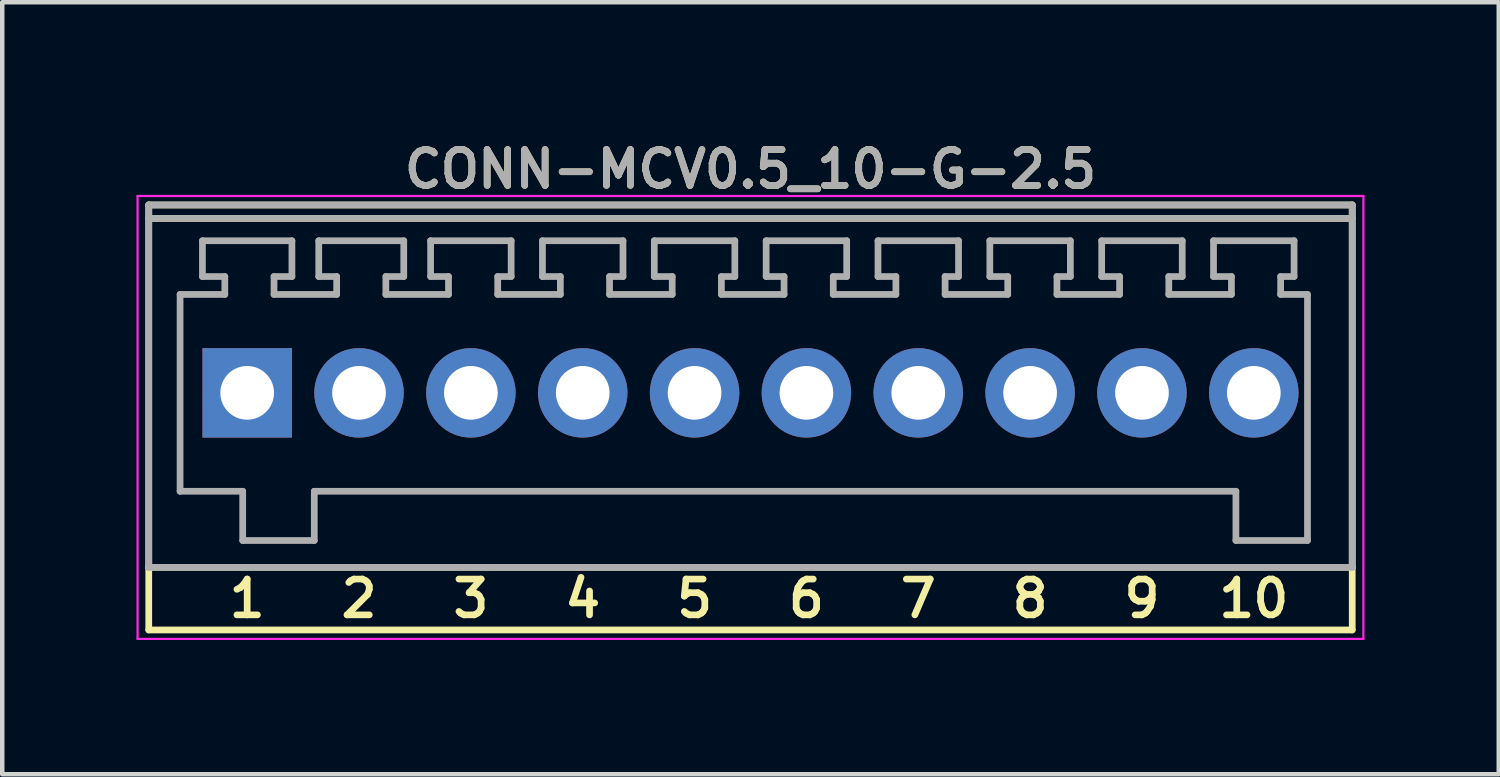
<source format=kicad_pcb>
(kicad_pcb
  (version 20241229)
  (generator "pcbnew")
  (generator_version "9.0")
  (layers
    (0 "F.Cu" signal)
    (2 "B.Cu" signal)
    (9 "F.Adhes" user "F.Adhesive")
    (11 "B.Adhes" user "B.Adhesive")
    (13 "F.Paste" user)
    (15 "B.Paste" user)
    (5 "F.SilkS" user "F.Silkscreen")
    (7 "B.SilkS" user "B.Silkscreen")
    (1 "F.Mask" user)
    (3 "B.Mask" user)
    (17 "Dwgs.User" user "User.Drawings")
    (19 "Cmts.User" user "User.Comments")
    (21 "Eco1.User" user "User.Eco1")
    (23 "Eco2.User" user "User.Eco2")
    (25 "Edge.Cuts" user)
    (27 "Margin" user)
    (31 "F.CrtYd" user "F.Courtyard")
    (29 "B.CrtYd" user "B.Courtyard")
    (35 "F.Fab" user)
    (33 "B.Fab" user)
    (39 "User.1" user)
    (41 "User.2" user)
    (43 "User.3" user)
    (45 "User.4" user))
  (footprint "CONN-MCV0.5_10-G-2.5"
    (layer "F.Cu")
    (at 13.725 5.731)
    (property "Reference" "CONN-MCV0.5_10-G-2.5" (at 0 -5 0) (layer "F.SilkS") (effects (font (size 0.8 0.8) (thickness 0.15))))
    (attr through_hole)
    (fp_line (start -13.45 -4.2) (end -13.45 3.9) (stroke (width 0.15) (type solid)) (layer "F.SilkS"))
    (fp_line (start -13.45 -3.9) (end 13.45 -3.9) (stroke (width 0.15) (type solid)) (layer "F.SilkS"))
    (fp_line (start -13.45 3.9) (end -13.45 5.3) (stroke (width 0.15) (type solid)) (layer "F.SilkS"))
    (fp_line (start -13.45 3.9) (end 13.45 3.9) (stroke (width 0.15) (type solid)) (layer "F.SilkS"))
    (fp_line (start -13.45 5.3) (end 13.45 5.3) (stroke (width 0.15) (type solid)) (layer "F.SilkS"))
    (fp_line (start 13.45 -4.2) (end -13.45 -4.2) (stroke (width 0.15) (type solid)) (layer "F.SilkS"))
    (fp_line (start 13.45 3.9) (end 13.45 -4.2) (stroke (width 0.15) (type solid)) (layer "F.SilkS"))
    (fp_line (start 13.45 5.3) (end 13.45 3.9) (stroke (width 0.15) (type solid)) (layer "F.SilkS"))
    (fp_line (start -13.7 -4.4) (end 13.7 -4.4) (stroke (width 0.05) (type solid)) (layer "F.CrtYd"))
    (fp_line (start -13.7 5.5) (end -13.7 -4.4) (stroke (width 0.05) (type solid)) (layer "F.CrtYd"))
    (fp_line (start 13.7 -4.4) (end 13.7 5.5) (stroke (width 0.05) (type solid)) (layer "F.CrtYd"))
    (fp_line (start 13.7 5.5) (end -13.7 5.5) (stroke (width 0.05) (type solid)) (layer "F.CrtYd"))
    (fp_line (start -13.45 -4.2) (end -13.45 3.9) (stroke (width 0.15) (type solid)) (layer "F.Fab"))
    (fp_line (start -13.45 -3.9) (end 13.45 -3.9) (stroke (width 0.15) (type solid)) (layer "F.Fab"))
    (fp_line (start -13.45 3.9) (end 13.45 3.9) (stroke (width 0.15) (type solid)) (layer "F.Fab"))
    (fp_line (start -12.75 -2.2) (end -11.75 -2.2) (stroke (width 0.15) (type solid)) (layer "F.Fab"))
    (fp_line (start -12.75 2.2) (end -12.75 -2.2) (stroke (width 0.15) (type solid)) (layer "F.Fab"))
    (fp_line (start -12.25 -3.4) (end -10.25 -3.4) (stroke (width 0.15) (type solid)) (layer "F.Fab"))
    (fp_line (start -12.25 -2.6) (end -12.25 -3.4) (stroke (width 0.15) (type solid)) (layer "F.Fab"))
    (fp_line (start -11.75 -2.6) (end -12.25 -2.6) (stroke (width 0.15) (type solid)) (layer "F.Fab"))
    (fp_line (start -11.75 -2.2) (end -11.75 -2.6) (stroke (width 0.15) (type solid)) (layer "F.Fab"))
    (fp_line (start -11.35 2.2) (end -12.75 2.2) (stroke (width 0.15) (type solid)) (layer "F.Fab"))
    (fp_line (start -11.35 3.3) (end -11.35 2.2) (stroke (width 0.15) (type solid)) (layer "F.Fab"))
    (fp_line (start -10.65 -2.6) (end -10.65 -2.2) (stroke (width 0.15) (type solid)) (layer "F.Fab"))
    (fp_line (start -10.65 -2.2) (end -9.25 -2.2) (stroke (width 0.15) (type solid)) (layer "F.Fab"))
    (fp_line (start -10.25 -3.4) (end -10.25 -2.6) (stroke (width 0.15) (type solid)) (layer "F.Fab"))
    (fp_line (start -10.25 -2.6) (end -10.65 -2.6) (stroke (width 0.15) (type solid)) (layer "F.Fab"))
    (fp_line (start -9.75 2.2) (end -9.75 3.3) (stroke (width 0.15) (type solid)) (layer "F.Fab"))
    (fp_line (start -9.75 2.2) (end 10.85 2.2) (stroke (width 0.15) (type solid)) (layer "F.Fab"))
    (fp_line (start -9.75 3.3) (end -11.35 3.3) (stroke (width 0.15) (type solid)) (layer "F.Fab"))
    (fp_line (start -9.65 -3.4) (end -7.75 -3.4) (stroke (width 0.15) (type solid)) (layer "F.Fab"))
    (fp_line (start -9.65 -2.6) (end -9.65 -3.4) (stroke (width 0.15) (type solid)) (layer "F.Fab"))
    (fp_line (start -9.25 -2.6) (end -9.65 -2.6) (stroke (width 0.15) (type solid)) (layer "F.Fab"))
    (fp_line (start -9.25 -2.2) (end -9.25 -2.6) (stroke (width 0.15) (type solid)) (layer "F.Fab"))
    (fp_line (start -8.15 -2.6) (end -8.15 -2.2) (stroke (width 0.15) (type solid)) (layer "F.Fab"))
    (fp_line (start -8.15 -2.2) (end -6.75 -2.2) (stroke (width 0.15) (type solid)) (layer "F.Fab"))
    (fp_line (start -7.75 -3.4) (end -7.75 -2.6) (stroke (width 0.15) (type solid)) (layer "F.Fab"))
    (fp_line (start -7.75 -2.6) (end -8.15 -2.6) (stroke (width 0.15) (type solid)) (layer "F.Fab"))
    (fp_line (start -7.15 -3.4) (end -5.35 -3.4) (stroke (width 0.15) (type solid)) (layer "F.Fab"))
    (fp_line (start -7.15 -2.6) (end -7.15 -3.4) (stroke (width 0.15) (type solid)) (layer "F.Fab"))
    (fp_line (start -6.75 -2.6) (end -7.15 -2.6) (stroke (width 0.15) (type solid)) (layer "F.Fab"))
    (fp_line (start -6.75 -2.2) (end -6.75 -2.6) (stroke (width 0.15) (type solid)) (layer "F.Fab"))
    (fp_line (start -5.65 -2.6) (end -5.35 -2.6) (stroke (width 0.15) (type solid)) (layer "F.Fab"))
    (fp_line (start -5.65 -2.2) (end -5.65 -2.6) (stroke (width 0.15) (type solid)) (layer "F.Fab"))
    (fp_line (start -5.65 -2.2) (end -4.25 -2.2) (stroke (width 0.15) (type solid)) (layer "F.Fab"))
    (fp_line (start -5.35 -2.6) (end -5.35 -3.4) (stroke (width 0.15) (type solid)) (layer "F.Fab"))
    (fp_line (start -4.65 -3.4) (end -2.85 -3.4) (stroke (width 0.15) (type solid)) (layer "F.Fab"))
    (fp_line (start -4.65 -2.6) (end -4.65 -3.4) (stroke (width 0.15) (type solid)) (layer "F.Fab"))
    (fp_line (start -4.25 -2.6) (end -4.65 -2.6) (stroke (width 0.15) (type solid)) (layer "F.Fab"))
    (fp_line (start -4.25 -2.2) (end -4.25 -2.6) (stroke (width 0.15) (type solid)) (layer "F.Fab"))
    (fp_line (start -3.15 -2.6) (end -2.85 -2.6) (stroke (width 0.15) (type solid)) (layer "F.Fab"))
    (fp_line (start -3.15 -2.2) (end -3.15 -2.6) (stroke (width 0.15) (type solid)) (layer "F.Fab"))
    (fp_line (start -3.15 -2.2) (end -1.75 -2.2) (stroke (width 0.15) (type solid)) (layer "F.Fab"))
    (fp_line (start -2.85 -2.6) (end -2.85 -3.4) (stroke (width 0.15) (type solid)) (layer "F.Fab"))
    (fp_line (start -2.15 -3.4) (end -0.35 -3.4) (stroke (width 0.15) (type solid)) (layer "F.Fab"))
    (fp_line (start -2.15 -2.6) (end -2.15 -3.4) (stroke (width 0.15) (type solid)) (layer "F.Fab"))
    (fp_line (start -1.75 -2.6) (end -2.15 -2.6) (stroke (width 0.15) (type solid)) (layer "F.Fab"))
    (fp_line (start -1.75 -2.2) (end -1.75 -2.6) (stroke (width 0.15) (type solid)) (layer "F.Fab"))
    (fp_line (start -0.65 -2.6) (end -0.35 -2.6) (stroke (width 0.15) (type solid)) (layer "F.Fab"))
    (fp_line (start -0.65 -2.2) (end -0.65 -2.6) (stroke (width 0.15) (type solid)) (layer "F.Fab"))
    (fp_line (start -0.65 -2.2) (end 0.75 -2.2) (stroke (width 0.15) (type solid)) (layer "F.Fab"))
    (fp_line (start -0.35 -2.6) (end -0.35 -3.4) (stroke (width 0.15) (type solid)) (layer "F.Fab"))
    (fp_line (start 0.35 -3.4) (end 2.15 -3.4) (stroke (width 0.15) (type solid)) (layer "F.Fab"))
    (fp_line (start 0.35 -2.6) (end 0.35 -3.4) (stroke (width 0.15) (type solid)) (layer "F.Fab"))
    (fp_line (start 0.75 -2.6) (end 0.35 -2.6) (stroke (width 0.15) (type solid)) (layer "F.Fab"))
    (fp_line (start 0.75 -2.2) (end 0.75 -2.6) (stroke (width 0.15) (type solid)) (layer "F.Fab"))
    (fp_line (start 1.85 -2.6) (end 2.15 -2.6) (stroke (width 0.15) (type solid)) (layer "F.Fab"))
    (fp_line (start 1.85 -2.2) (end 1.85 -2.6) (stroke (width 0.15) (type solid)) (layer "F.Fab"))
    (fp_line (start 1.85 -2.2) (end 3.25 -2.2) (stroke (width 0.15) (type solid)) (layer "F.Fab"))
    (fp_line (start 2.15 -2.6) (end 2.15 -3.4) (stroke (width 0.15) (type solid)) (layer "F.Fab"))
    (fp_line (start 2.85 -3.4) (end 4.65 -3.4) (stroke (width 0.15) (type solid)) (layer "F.Fab"))
    (fp_line (start 2.85 -2.6) (end 2.85 -3.4) (stroke (width 0.15) (type solid)) (layer "F.Fab"))
    (fp_line (start 3.25 -2.6) (end 2.85 -2.6) (stroke (width 0.15) (type solid)) (layer "F.Fab"))
    (fp_line (start 3.25 -2.2) (end 3.25 -2.6) (stroke (width 0.15) (type solid)) (layer "F.Fab"))
    (fp_line (start 4.35 -2.6) (end 4.65 -2.6) (stroke (width 0.15) (type solid)) (layer "F.Fab"))
    (fp_line (start 4.35 -2.2) (end 4.35 -2.6) (stroke (width 0.15) (type solid)) (layer "F.Fab"))
    (fp_line (start 4.35 -2.2) (end 5.75 -2.2) (stroke (width 0.15) (type solid)) (layer "F.Fab"))
    (fp_line (start 4.65 -2.6) (end 4.65 -3.4) (stroke (width 0.15) (type solid)) (layer "F.Fab"))
    (fp_line (start 5.35 -3.4) (end 7.15 -3.4) (stroke (width 0.15) (type solid)) (layer "F.Fab"))
    (fp_line (start 5.35 -2.6) (end 5.35 -3.4) (stroke (width 0.15) (type solid)) (layer "F.Fab"))
    (fp_line (start 5.75 -2.6) (end 5.35 -2.6) (stroke (width 0.15) (type solid)) (layer "F.Fab"))
    (fp_line (start 5.75 -2.2) (end 5.75 -2.6) (stroke (width 0.15) (type solid)) (layer "F.Fab"))
    (fp_line (start 6.85 -2.6) (end 7.15 -2.6) (stroke (width 0.15) (type solid)) (layer "F.Fab"))
    (fp_line (start 6.85 -2.2) (end 6.85 -2.6) (stroke (width 0.15) (type solid)) (layer "F.Fab"))
    (fp_line (start 6.85 -2.2) (end 8.25 -2.2) (stroke (width 0.15) (type solid)) (layer "F.Fab"))
    (fp_line (start 7.15 -2.6) (end 7.15 -3.4) (stroke (width 0.15) (type solid)) (layer "F.Fab"))
    (fp_line (start 7.85 -3.4) (end 9.65 -3.4) (stroke (width 0.15) (type solid)) (layer "F.Fab"))
    (fp_line (start 7.85 -2.6) (end 7.85 -3.4) (stroke (width 0.15) (type solid)) (layer "F.Fab"))
    (fp_line (start 8.25 -2.6) (end 7.85 -2.6) (stroke (width 0.15) (type solid)) (layer "F.Fab"))
    (fp_line (start 8.25 -2.2) (end 8.25 -2.6) (stroke (width 0.15) (type solid)) (layer "F.Fab"))
    (fp_line (start 9.35 -2.6) (end 9.65 -2.6) (stroke (width 0.15) (type solid)) (layer "F.Fab"))
    (fp_line (start 9.35 -2.2) (end 9.35 -2.6) (stroke (width 0.15) (type solid)) (layer "F.Fab"))
    (fp_line (start 9.35 -2.2) (end 10.75 -2.2) (stroke (width 0.15) (type solid)) (layer "F.Fab"))
    (fp_line (start 9.65 -2.6) (end 9.65 -3.4) (stroke (width 0.15) (type solid)) (layer "F.Fab"))
    (fp_line (start 10.35 -3.4) (end 12.15 -3.4) (stroke (width 0.15) (type solid)) (layer "F.Fab"))
    (fp_line (start 10.35 -2.6) (end 10.35 -3.4) (stroke (width 0.15) (type solid)) (layer "F.Fab"))
    (fp_line (start 10.75 -2.6) (end 10.35 -2.6) (stroke (width 0.15) (type solid)) (layer "F.Fab"))
    (fp_line (start 10.75 -2.2) (end 10.75 -2.6) (stroke (width 0.15) (type solid)) (layer "F.Fab"))
    (fp_line (start 10.85 3.3) (end 10.85 2.2) (stroke (width 0.15) (type solid)) (layer "F.Fab"))
    (fp_line (start 11.85 -2.6) (end 12.15 -2.6) (stroke (width 0.15) (type solid)) (layer "F.Fab"))
    (fp_line (start 11.85 -2.2) (end 11.85 -2.6) (stroke (width 0.15) (type solid)) (layer "F.Fab"))
    (fp_line (start 12.15 -2.6) (end 12.15 -3.4) (stroke (width 0.15) (type solid)) (layer "F.Fab"))
    (fp_line (start 12.45 -2.2) (end 11.85 -2.2) (stroke (width 0.15) (type solid)) (layer "F.Fab"))
    (fp_line (start 12.45 -2.2) (end 12.45 3.3) (stroke (width 0.15) (type solid)) (layer "F.Fab"))
    (fp_line (start 12.45 3.3) (end 10.85 3.3) (stroke (width 0.15) (type solid)) (layer "F.Fab"))
    (fp_line (start 13.45 -4.2) (end -13.45 -4.2) (stroke (width 0.15) (type solid)) (layer "F.Fab"))
    (fp_line (start 13.45 3.9) (end 13.45 -4.2) (stroke (width 0.15) (type solid)) (layer "F.Fab"))
    (fp_text user "6" (at 1.25 4.6 0) (layer "F.SilkS") (effects (font (size 0.8 0.8) (thickness 0.15))))
    (fp_text user "5" (at -1.25 4.6 0) (layer "F.SilkS") (effects (font (size 0.8 0.8) (thickness 0.15))))
    (fp_text user "9" (at 8.75 4.6 0) (layer "F.SilkS") (effects (font (size 0.8 0.8) (thickness 0.15))))
    (fp_text user "3" (at -6.25 4.6 0) (layer "F.SilkS") (effects (font (size 0.8 0.8) (thickness 0.15))))
    (fp_text user "1" (at -11.25 4.6 0) (layer "F.SilkS") (effects (font (size 0.8 0.8) (thickness 0.15))))
    (fp_text user "10" (at 11.25 4.6 0) (layer "F.SilkS") (effects (font (size 0.8 0.8) (thickness 0.15))))
    (fp_text user "7" (at 3.75 4.6 0) (layer "F.SilkS") (effects (font (size 0.8 0.8) (thickness 0.15))))
    (fp_text user "4" (at -3.75 4.6 0) (layer "F.SilkS") (effects (font (size 0.8 0.8) (thickness 0.15))))
    (fp_text user "8" (at 6.25 4.6 0) (layer "F.SilkS") (effects (font (size 0.8 0.8) (thickness 0.15))))
    (fp_text user "2" (at -8.75 4.6 0) (layer "F.SilkS") (effects (font (size 0.8 0.8) (thickness 0.15))))
    (fp_text user "${REFERENCE}" (at 0 -5 0) (layer "F.Fab") (effects (font (size 0.8 0.8) (thickness 0.15))))
    (pad "1" thru_hole rect (at -11.25 0) (size 2 2) (drill 1.2) (layers "*.Cu" "*.Mask"))
    (pad "2" thru_hole circle (at -8.75 0) (size 2 2) (drill 1.2) (layers "*.Cu" "*.Mask"))
    (pad "3" thru_hole circle (at -6.25 0) (size 2 2) (drill 1.2) (layers "*.Cu" "*.Mask"))
    (pad "4" thru_hole circle (at -3.75 0) (size 2 2) (drill 1.2) (layers "*.Cu" "*.Mask"))
    (pad "5" thru_hole circle (at -1.25 0) (size 2 2) (drill 1.2) (layers "*.Cu" "*.Mask"))
    (pad "6" thru_hole circle (at 1.25 0) (size 2 2) (drill 1.2) (layers "*.Cu" "*.Mask"))
    (pad "7" thru_hole circle (at 3.75 0) (size 2 2) (drill 1.2) (layers "*.Cu" "*.Mask"))
    (pad "8" thru_hole circle (at 6.25 0) (size 2 2) (drill 1.2) (layers "*.Cu" "*.Mask"))
    (pad "9" thru_hole circle (at 8.75 0) (size 2 2) (drill 1.2) (layers "*.Cu" "*.Mask"))
    (pad "10" thru_hole circle (at 11.25 0) (size 2 2) (drill 1.2) (layers "*.Cu" "*.Mask")))
  (gr_rect
    (start -3 -3)
    (end 30.45 14.256)
    (stroke (width 0.1) (type default))
    (fill no)
    (layer "Edge.Cuts")))
</source>
